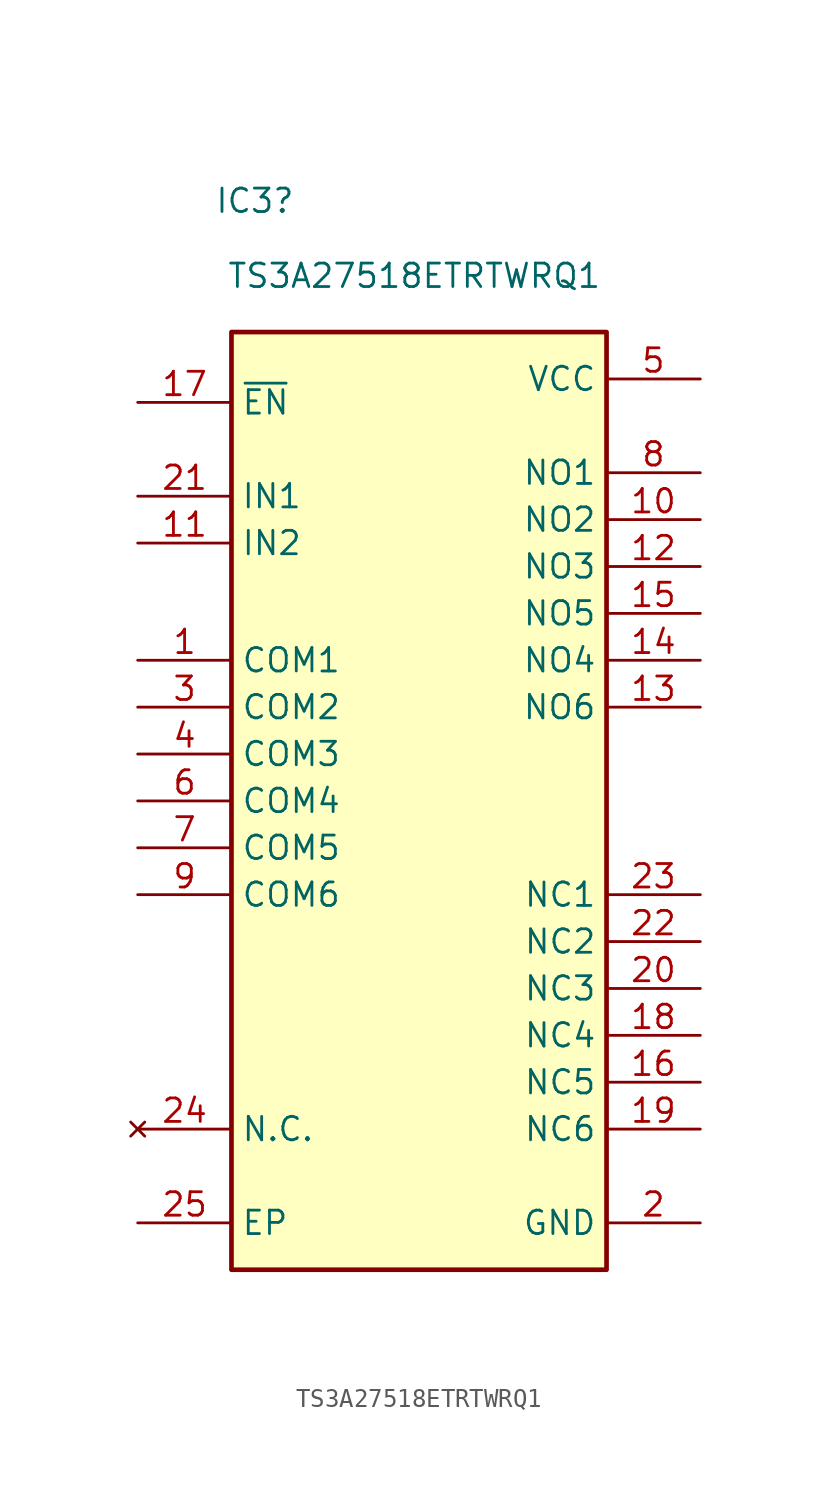
<source format=kicad_sym>
(kicad_symbol_lib
  (version 20231120)
  (generator "kicad_symbol_editor")
  (generator_version "8.0")
  (symbol "TS3A27518ETRTWRQ1"
    (property "Reference" "IC3"
      (at 6.35 17.272 0)
      (effects (font (size 1.27 1.27))))
    (property "Value" "TS3A27518ETRTWRQ1"
      (at 14.986 13.208 0)
      (effects (font (size 1.27 1.27))))
    (symbol "TS3A27518ETRTWRQ1_1_1"
      (rectangle (start 5.08 10.16) (end 25.4 -40.64) (stroke (width 0.254) (type default)) (fill (type background)))
      (pin passive line (at 0 -7.62 0) (length 5.08) (name "COM1" (effects (font (size 1.27 1.27)))) (number "1" (effects (font (size 1.27 1.27)))))
      (pin passive line (at 30.48 0 180) (length 5.08) (name "NO2" (effects (font (size 1.27 1.27)))) (number "10" (effects (font (size 1.27 1.27)))))
      (pin passive line (at 0 -1.27 0) (length 5.08) (name "IN2" (effects (font (size 1.27 1.27)))) (number "11" (effects (font (size 1.27 1.27)))))
      (pin passive line (at 30.48 -2.54 180) (length 5.08) (name "NO3" (effects (font (size 1.27 1.27)))) (number "12" (effects (font (size 1.27 1.27)))))
      (pin passive line (at 30.48 -10.16 180) (length 5.08) (name "NO6" (effects (font (size 1.27 1.27)))) (number "13" (effects (font (size 1.27 1.27)))))
      (pin passive line (at 30.48 -7.62 180) (length 5.08) (name "NO4" (effects (font (size 1.27 1.27)))) (number "14" (effects (font (size 1.27 1.27)))))
      (pin passive line (at 30.48 -5.08 180) (length 5.08) (name "NO5" (effects (font (size 1.27 1.27)))) (number "15" (effects (font (size 1.27 1.27)))))
      (pin passive line (at 30.48 -30.48 180) (length 5.08) (name "NC5" (effects (font (size 1.27 1.27)))) (number "16" (effects (font (size 1.27 1.27)))))
      (pin passive line (at 0 6.35 0) (length 5.08) (name "~{EN}" (effects (font (size 1.27 1.27)))) (number "17" (effects (font (size 1.27 1.27)))))
      (pin passive line (at 30.48 -27.94 180) (length 5.08) (name "NC4" (effects (font (size 1.27 1.27)))) (number "18" (effects (font (size 1.27 1.27)))))
      (pin passive line (at 30.48 -33.02 180) (length 5.08) (name "NC6" (effects (font (size 1.27 1.27)))) (number "19" (effects (font (size 1.27 1.27)))))
      (pin power_in line (at 30.48 -38.1 180) (length 5.08) (name "GND" (effects (font (size 1.27 1.27)))) (number "2" (effects (font (size 1.27 1.27)))))
      (pin passive line (at 30.48 -25.4 180) (length 5.08) (name "NC3" (effects (font (size 1.27 1.27)))) (number "20" (effects (font (size 1.27 1.27)))))
      (pin passive line (at 0 1.27 0) (length 5.08) (name "IN1" (effects (font (size 1.27 1.27)))) (number "21" (effects (font (size 1.27 1.27)))))
      (pin passive line (at 30.48 -22.86 180) (length 5.08) (name "NC2" (effects (font (size 1.27 1.27)))) (number "22" (effects (font (size 1.27 1.27)))))
      (pin passive line (at 30.48 -20.32 180) (length 5.08) (name "NC1" (effects (font (size 1.27 1.27)))) (number "23" (effects (font (size 1.27 1.27)))))
      (pin no_connect line (at 0 -33.02 0) (length 5.08) (name "N.C." (effects (font (size 1.27 1.27)))) (number "24" (effects (font (size 1.27 1.27)))))
      (pin passive line (at 0 -38.1 0) (length 5.08) (name "EP" (effects (font (size 1.27 1.27)))) (number "25" (effects (font (size 1.27 1.27)))))
      (pin passive line (at 0 -10.16 0) (length 5.08) (name "COM2" (effects (font (size 1.27 1.27)))) (number "3" (effects (font (size 1.27 1.27)))))
      (pin passive line (at 0 -12.7 0) (length 5.08) (name "COM3" (effects (font (size 1.27 1.27)))) (number "4" (effects (font (size 1.27 1.27)))))
      (pin power_in line (at 30.48 7.62 180) (length 5.08) (name "VCC" (effects (font (size 1.27 1.27)))) (number "5" (effects (font (size 1.27 1.27)))))
      (pin passive line (at 0 -15.24 0) (length 5.08) (name "COM4" (effects (font (size 1.27 1.27)))) (number "6" (effects (font (size 1.27 1.27)))))
      (pin passive line (at 0 -17.78 0) (length 5.08) (name "COM5" (effects (font (size 1.27 1.27)))) (number "7" (effects (font (size 1.27 1.27)))))
      (pin passive line (at 30.48 2.54 180) (length 5.08) (name "NO1" (effects (font (size 1.27 1.27)))) (number "8" (effects (font (size 1.27 1.27)))))
      (pin passive line (at 0 -20.32 0) (length 5.08) (name "COM6" (effects (font (size 1.27 1.27)))) (number "9" (effects (font (size 1.27 1.27))))))))
</source>
